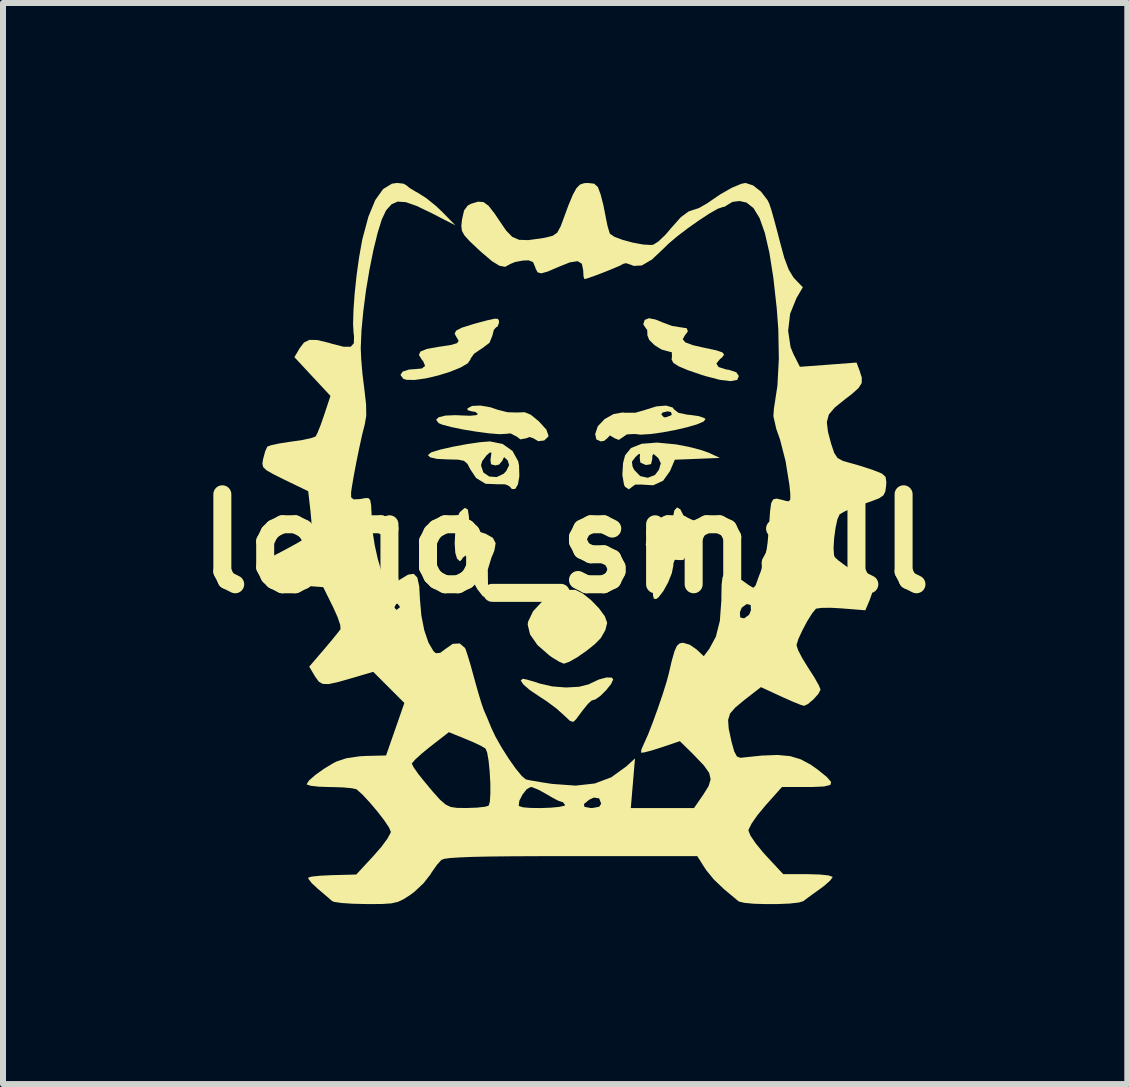
<source format=kicad_pcb>
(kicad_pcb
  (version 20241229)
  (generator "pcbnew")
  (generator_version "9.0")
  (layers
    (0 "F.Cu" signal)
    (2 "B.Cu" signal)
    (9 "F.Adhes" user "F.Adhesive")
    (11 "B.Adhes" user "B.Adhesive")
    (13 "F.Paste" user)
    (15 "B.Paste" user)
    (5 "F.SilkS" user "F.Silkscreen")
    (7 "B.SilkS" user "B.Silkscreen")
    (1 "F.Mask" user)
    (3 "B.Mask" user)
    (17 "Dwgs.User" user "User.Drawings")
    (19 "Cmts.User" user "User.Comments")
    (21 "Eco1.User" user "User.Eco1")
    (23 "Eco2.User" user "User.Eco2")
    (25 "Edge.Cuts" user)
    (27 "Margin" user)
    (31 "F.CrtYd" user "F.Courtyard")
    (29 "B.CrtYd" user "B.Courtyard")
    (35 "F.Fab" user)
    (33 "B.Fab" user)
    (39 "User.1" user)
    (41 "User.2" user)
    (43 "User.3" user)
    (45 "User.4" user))
  (footprint "logo_small"
    (layer "F.Cu")
    (at 6.371 6.012)
    (property "Reference" "logo_small" (at 0 0 0) (layer "F.SilkS") (effects (font (size 1.5 1.5) (thickness 0.3))))
    (attr board_only exclude_from_pos_files exclude_from_bom)
    (fp_poly (pts (xy 0.293 0.831) (xy 0.433 0.943) (xy 0.564 1.078) (xy 0.662 1.212) (xy 0.701 1.319) (xy 0.701 1.321) (xy 0.671 1.442) (xy 0.597 1.572) (xy 0.592 1.578) (xy 0.495 1.677) (xy 0.356 1.788) (xy 0.206 1.893) (xy 0.071 1.97) (xy -0.019 2.002) (xy -0.022 2.002) (xy -0.092 1.973) (xy -0.207 1.904) (xy -0.264 1.864) (xy -0.461 1.692) (xy -0.584 1.516) (xy -0.624 1.351) (xy -0.618 1.304) (xy -0.535 1.129) (xy -0.387 0.97) (xy -0.202 0.845) (xy -0.007 0.772) (xy 0.171 0.771)) (stroke (width 0) (type solid)) (fill yes) (layer "F.SilkS"))
    (fp_poly (pts (xy 1.921 -0.571) (xy 1.975 -0.465) (xy 2.019 -0.294) (xy 2.032 -0.214) (xy 2.049 0.03) (xy 2.028 0.194) (xy 1.969 0.274) (xy 1.902 0.275) (xy 1.828 0.27) (xy 1.804 0.337) (xy 1.804 0.368) (xy 1.779 0.493) (xy 1.718 0.646) (xy 1.637 0.793) (xy 1.556 0.897) (xy 1.518 0.924) (xy 1.48 0.92) (xy 1.464 0.859) (xy 1.467 0.723) (xy 1.472 0.653) (xy 1.476 0.438) (xy 1.444 0.273) (xy 1.399 0.167) (xy 1.343 0.015) (xy 1.367 -0.089) (xy 1.476 -0.159) (xy 1.61 -0.195) (xy 1.723 -0.23) (xy 1.775 -0.295) (xy 1.794 -0.415) (xy 1.821 -0.553) (xy 1.867 -0.603)) (stroke (width 0) (type solid)) (fill yes) (layer "F.SilkS"))
    (fp_poly (pts (xy 0.777 2.234) (xy 0.802 2.263) (xy 0.767 2.34) (xy 0.685 2.443) (xy 0.586 2.541) (xy 0.501 2.6) (xy 0.478 2.605) (xy 0.438 2.619) (xy 0.381 2.672) (xy 0.294 2.779) (xy 0.18 2.932) (xy 0.135 2.973) (xy 0.08 2.955) (xy -0.011 2.87) (xy -0.022 2.859) (xy -0.148 2.747) (xy -0.317 2.622) (xy -0.433 2.547) (xy -0.591 2.44) (xy -0.697 2.348) (xy -0.74 2.282) (xy -0.708 2.255) (xy -0.702 2.254) (xy -0.63 2.269) (xy -0.5 2.308) (xy -0.423 2.333) (xy -0.215 2.381) (xy 0.016 2.399) (xy 0.232 2.387) (xy 0.398 2.345) (xy 0.426 2.33) (xy 0.562 2.266) (xy 0.689 2.232)) (stroke (width 0) (type solid)) (fill yes) (layer "F.SilkS"))
    (fp_poly (pts (xy -1.622 -0.568) (xy -1.603 -0.446) (xy -1.603 -0.424) (xy -1.587 -0.3) (xy -1.547 -0.233) (xy -1.541 -0.231) (xy -1.328 -0.165) (xy -1.204 -0.095) (xy -1.158 -0.006) (xy -1.18 0.119) (xy -1.229 0.236) (xy -1.289 0.434) (xy -1.286 0.659) (xy -1.28 0.825) (xy -1.31 0.898) (xy -1.372 0.878) (xy -1.461 0.763) (xy -1.494 0.707) (xy -1.563 0.548) (xy -1.601 0.392) (xy -1.603 0.356) (xy -1.62 0.243) (xy -1.661 0.2) (xy -1.71 0.24) (xy -1.72 0.263) (xy -1.755 0.295) (xy -1.802 0.25) (xy -1.831 0.155) (xy -1.841 -0.003) (xy -1.832 -0.187) (xy -1.809 -0.362) (xy -1.773 -0.492) (xy -1.753 -0.527) (xy -1.672 -0.595)) (stroke (width 0) (type solid)) (fill yes) (layer "F.SilkS"))
    (fp_poly (pts (xy -1.244 -2.272) (xy -1.127 -2.232) (xy -0.962 -2.19) (xy -0.798 -2.185) (xy -0.79 -2.186) (xy -0.674 -2.19) (xy -0.572 -2.148) (xy -0.445 -2.044) (xy -0.438 -2.038) (xy -0.312 -1.899) (xy -0.277 -1.799) (xy -0.28 -1.784) (xy -0.348 -1.719) (xy -0.448 -1.707) (xy -0.526 -1.753) (xy -0.526 -1.754) (xy -0.593 -1.777) (xy -0.649 -1.755) (xy -0.746 -1.737) (xy -0.805 -1.783) (xy -0.911 -1.837) (xy -0.994 -1.829) (xy -1.099 -1.824) (xy -1.271 -1.838) (xy -1.481 -1.866) (xy -1.701 -1.902) (xy -1.9 -1.943) (xy -2.049 -1.983) (xy -2.108 -2.008) (xy -2.151 -2.063) (xy -2.108 -2.106) (xy -1.994 -2.134) (xy -1.825 -2.141) (xy -1.741 -2.137) (xy -1.587 -2.131) (xy -1.482 -2.141) (xy -1.453 -2.159) (xy -1.495 -2.195) (xy -1.556 -2.204) (xy -1.625 -2.224) (xy -1.628 -2.254) (xy -1.55 -2.295) (xy -1.412 -2.301)) (stroke (width 0) (type solid)) (fill yes) (layer "F.SilkS"))
    (fp_poly (pts (xy 1.508 -3.735) (xy 1.635 -3.683) (xy 1.784 -3.628) (xy 1.916 -3.607) (xy 2.028 -3.59) (xy 2.046 -3.537) (xy 1.994 -3.467) (xy 1.961 -3.406) (xy 2.003 -3.355) (xy 2.128 -3.308) (xy 2.325 -3.263) (xy 2.519 -3.222) (xy 2.623 -3.187) (xy 2.651 -3.149) (xy 2.613 -3.1) (xy 2.583 -3.077) (xy 2.522 -3.002) (xy 2.558 -2.943) (xy 2.684 -2.903) (xy 2.73 -2.897) (xy 2.854 -2.856) (xy 2.896 -2.793) (xy 2.869 -2.729) (xy 2.76 -2.708) (xy 2.578 -2.73) (xy 2.333 -2.794) (xy 2.279 -2.811) (xy 2.043 -2.892) (xy 1.889 -2.957) (xy 1.804 -3.013) (xy 1.775 -3.068) (xy 1.781 -3.115) (xy 1.779 -3.189) (xy 1.713 -3.206) (xy 1.606 -3.236) (xy 1.492 -3.307) (xy 1.403 -3.394) (xy 1.37 -3.474) (xy 1.372 -3.486) (xy 1.368 -3.564) (xy 1.35 -3.583) (xy 1.303 -3.655) (xy 1.327 -3.729) (xy 1.397 -3.757)) (stroke (width 0) (type solid)) (fill yes) (layer "F.SilkS"))
    (fp_poly (pts (xy -1.122 -3.747) (xy -1.104 -3.72) (xy -1.102 -3.682) (xy -1.127 -3.616) (xy -1.149 -3.607) (xy -1.188 -3.564) (xy -1.212 -3.469) (xy -1.26 -3.348) (xy -1.386 -3.253) (xy -1.402 -3.244) (xy -1.519 -3.164) (xy -1.576 -3.082) (xy -1.578 -3.069) (xy -1.624 -3.004) (xy -1.745 -2.934) (xy -1.918 -2.864) (xy -2.118 -2.802) (xy -2.322 -2.754) (xy -2.506 -2.728) (xy -2.645 -2.73) (xy -2.699 -2.748) (xy -2.745 -2.812) (xy -2.707 -2.868) (xy -2.6 -2.902) (xy -2.535 -2.906) (xy -2.388 -2.919) (xy -2.334 -2.962) (xy -2.367 -3.041) (xy -2.39 -3.068) (xy -2.437 -3.144) (xy -2.413 -3.201) (xy -2.308 -3.244) (xy -2.112 -3.28) (xy -2.081 -3.284) (xy -1.899 -3.312) (xy -1.802 -3.341) (xy -1.775 -3.379) (xy -1.805 -3.433) (xy -1.809 -3.438) (xy -1.842 -3.499) (xy -1.817 -3.55) (xy -1.722 -3.599) (xy -1.545 -3.655) (xy -1.475 -3.675) (xy -1.287 -3.725) (xy -1.176 -3.749)) (stroke (width 0) (type solid)) (fill yes) (layer "F.SilkS"))
    (fp_poly (pts (xy 1.792 -2.269) (xy 1.821 -2.232) (xy 1.891 -2.179) (xy 2.043 -2.148) (xy 2.085 -2.145) (xy 2.228 -2.125) (xy 2.322 -2.092) (xy 2.34 -2.074) (xy 2.306 -2.033) (xy 2.194 -1.986) (xy 2.028 -1.938) (xy 1.829 -1.892) (xy 1.619 -1.853) (xy 1.422 -1.826) (xy 1.26 -1.816) (xy 1.157 -1.827) (xy 1.029 -1.82) (xy 0.971 -1.78) (xy 0.895 -1.728) (xy 0.823 -1.757) (xy 0.813 -1.764) (xy 0.746 -1.803) (xy 0.714 -1.766) (xy 0.653 -1.714) (xy 0.597 -1.703) (xy 0.521 -1.736) (xy 0.501 -1.826) (xy 0.545 -1.956) (xy 0.658 -2.075) (xy 0.798 -2.154) (xy 1.603 -2.154) (xy 1.644 -2.109) (xy 1.675 -2.104) (xy 1.761 -2.135) (xy 1.779 -2.154) (xy 1.763 -2.194) (xy 1.706 -2.204) (xy 1.623 -2.184) (xy 1.603 -2.154) (xy 0.798 -2.154) (xy 0.806 -2.159) (xy 0.959 -2.186) (xy 0.995 -2.181) (xy 1.17 -2.181) (xy 1.329 -2.227) (xy 1.52 -2.287) (xy 1.682 -2.301)) (stroke (width 0) (type solid)) (fill yes) (layer "F.SilkS"))
    (fp_poly (pts (xy 1.853 -1.653) (xy 2.065 -1.612) (xy 2.262 -1.561) (xy 2.402 -1.512) (xy 2.405 -1.51) (xy 2.58 -1.428) (xy 2.204 -1.413) (xy 1.829 -1.398) (xy 1.748 -1.208) (xy 1.634 -1.048) (xy 1.469 -0.972) (xy 1.266 -0.984) (xy 1.169 -0.983) (xy 1.13 -0.956) (xy 1.062 -0.904) (xy 0.999 -0.947) (xy 0.982 -0.981) (xy 0.954 -1.145) (xy 0.966 -1.342) (xy 0.972 -1.366) (xy 1.114 -1.366) (xy 1.123 -1.287) (xy 1.151 -1.229) (xy 1.252 -1.125) (xy 1.378 -1.097) (xy 1.498 -1.144) (xy 1.563 -1.229) (xy 1.595 -1.337) (xy 1.558 -1.418) (xy 1.537 -1.44) (xy 1.474 -1.494) (xy 1.454 -1.465) (xy 1.453 -1.41) (xy 1.432 -1.324) (xy 1.351 -1.31) (xy 1.34 -1.312) (xy 1.254 -1.351) (xy 1.244 -1.428) (xy 1.25 -1.496) (xy 1.219 -1.486) (xy 1.172 -1.442) (xy 1.114 -1.366) (xy 0.972 -1.366) (xy 1 -1.472) (xy 1.098 -1.593) (xy 1.278 -1.664) (xy 1.534 -1.684)) (stroke (width 0) (type solid)) (fill yes) (layer "F.SilkS"))
    (fp_poly (pts (xy -1.042 -1.661) (xy -0.878 -1.545) (xy -0.782 -1.372) (xy -0.768 -1.299) (xy -0.763 -1.123) (xy -0.786 -0.989) (xy -0.83 -0.912) (xy -0.887 -0.909) (xy -0.93 -0.957) (xy -0.998 -0.988) (xy -1.116 -0.989) (xy -1.121 -0.989) (xy -1.327 -0.997) (xy -1.484 -1.093) (xy -1.578 -1.234) (xy -1.616 -1.305) (xy -1.403 -1.305) (xy -1.363 -1.186) (xy -1.265 -1.118) (xy -1.141 -1.109) (xy -1.023 -1.165) (xy -0.981 -1.211) (xy -0.933 -1.308) (xy -0.957 -1.384) (xy -0.966 -1.395) (xy -1.017 -1.441) (xy -1.04 -1.401) (xy -1.043 -1.386) (xy -1.099 -1.318) (xy -1.162 -1.303) (xy -1.235 -1.322) (xy -1.245 -1.397) (xy -1.24 -1.43) (xy -1.228 -1.517) (xy -1.256 -1.518) (xy -1.309 -1.472) (xy -1.382 -1.375) (xy -1.403 -1.305) (xy -1.616 -1.305) (xy -1.628 -1.329) (xy -1.686 -1.379) (xy -1.78 -1.399) (xy -1.943 -1.403) (xy -1.953 -1.403) (xy -2.136 -1.412) (xy -2.25 -1.438) (xy -2.287 -1.475) (xy -2.237 -1.518) (xy -2.217 -1.526) (xy -2.07 -1.57) (xy -1.863 -1.616) (xy -1.633 -1.659) (xy -1.419 -1.69) (xy -1.26 -1.703) (xy -1.252 -1.703)) (stroke (width 0) (type solid)) (fill yes) (layer "F.SilkS"))
    (fp_poly (pts (xy 3.134 -5.971) (xy 3.267 -5.866) (xy 3.375 -5.725) (xy 3.403 -5.668) (xy 3.438 -5.563) (xy 3.487 -5.389) (xy 3.544 -5.175) (xy 3.578 -5.042) (xy 3.653 -4.766) (xy 3.726 -4.571) (xy 3.804 -4.441) (xy 3.831 -4.41) (xy 3.963 -4.273) (xy 3.857 -4.093) (xy 3.751 -3.831) (xy 3.718 -3.548) (xy 3.758 -3.277) (xy 3.805 -3.162) (xy 3.914 -2.947) (xy 4.386 -2.982) (xy 4.858 -3.018) (xy 4.909 -2.883) (xy 4.946 -2.766) (xy 4.944 -2.676) (xy 4.891 -2.592) (xy 4.775 -2.489) (xy 4.661 -2.402) (xy 4.494 -2.267) (xy 4.397 -2.152) (xy 4.363 -2.027) (xy 4.382 -1.863) (xy 4.435 -1.664) (xy 4.486 -1.511) (xy 4.542 -1.427) (xy 4.629 -1.379) (xy 4.723 -1.352) (xy 4.914 -1.298) (xy 5.115 -1.233) (xy 5.15 -1.22) (xy 5.282 -1.167) (xy 5.342 -1.112) (xy 5.355 -1.026) (xy 5.351 -0.961) (xy 5.338 -0.867) (xy 5.306 -0.804) (xy 5.233 -0.754) (xy 5.097 -0.702) (xy 4.985 -0.664) (xy 4.805 -0.599) (xy 4.66 -0.536) (xy 4.579 -0.489) (xy 4.576 -0.487) (xy 4.539 -0.404) (xy 4.508 -0.26) (xy 4.485 -0.089) (xy 4.475 0.073) (xy 4.483 0.192) (xy 4.495 0.226) (xy 4.557 0.282) (xy 4.671 0.367) (xy 4.74 0.416) (xy 4.886 0.523) (xy 5.011 0.63) (xy 5.047 0.666) (xy 5.11 0.75) (xy 5.117 0.829) (xy 5.076 0.944) (xy 5.005 1.112) (xy 4.619 1.081) (xy 4.429 1.07) (xy 4.275 1.072) (xy 4.187 1.084) (xy 4.18 1.088) (xy 4.118 1.163) (xy 4.036 1.294) (xy 3.954 1.449) (xy 3.888 1.592) (xy 3.858 1.69) (xy 3.858 1.697) (xy 3.884 1.777) (xy 3.954 1.911) (xy 4.052 2.07) (xy 4.058 2.079) (xy 4.157 2.234) (xy 4.228 2.36) (xy 4.258 2.431) (xy 4.258 2.434) (xy 4.223 2.504) (xy 4.141 2.596) (xy 4.048 2.675) (xy 3.984 2.705) (xy 3.92 2.686) (xy 3.792 2.634) (xy 3.626 2.56) (xy 3.602 2.549) (xy 3.264 2.393) (xy 2.984 2.611) (xy 2.837 2.733) (xy 2.75 2.833) (xy 2.717 2.941) (xy 2.727 3.086) (xy 2.773 3.297) (xy 2.775 3.307) (xy 2.82 3.467) (xy 2.864 3.549) (xy 2.92 3.571) (xy 2.936 3.57) (xy 3.276 3.534) (xy 3.541 3.524) (xy 3.75 3.543) (xy 3.927 3.596) (xy 4.092 3.684) (xy 4.215 3.771) (xy 4.365 3.893) (xy 4.435 3.975) (xy 4.421 4.024) (xy 4.317 4.049) (xy 4.119 4.058) (xy 4.041 4.058) (xy 3.615 4.058) (xy 3.336 4.371) (xy 3.206 4.528) (xy 3.109 4.668) (xy 3.059 4.767) (xy 3.056 4.785) (xy 3.089 4.867) (xy 3.176 4.996) (xy 3.3 5.148) (xy 3.346 5.199) (xy 3.636 5.511) (xy 4.047 5.511) (xy 4.248 5.517) (xy 4.391 5.532) (xy 4.457 5.555) (xy 4.459 5.561) (xy 4.421 5.615) (xy 4.324 5.702) (xy 4.246 5.76) (xy 4.112 5.856) (xy 4.006 5.934) (xy 3.972 5.961) (xy 3.895 5.984) (xy 3.745 6.001) (xy 3.551 6.009) (xy 3.342 6.01) (xy 3.144 6.004) (xy 2.986 5.989) (xy 2.896 5.967) (xy 2.891 5.963) (xy 2.652 5.764) (xy 2.48 5.6) (xy 2.359 5.453) (xy 2.323 5.4) (xy 2.203 5.21) (xy 0.109 5.21) (xy -0.437 5.211) (xy -0.889 5.213) (xy -1.256 5.217) (xy -1.545 5.223) (xy -1.762 5.232) (xy -1.916 5.242) (xy -2.013 5.255) (xy -2.06 5.272) (xy -2.062 5.273) (xy -2.136 5.355) (xy -2.225 5.481) (xy -2.25 5.522) (xy -2.36 5.662) (xy -2.512 5.805) (xy -2.586 5.86) (xy -2.694 5.929) (xy -2.788 5.973) (xy -2.897 5.998) (xy -3.046 6.008) (xy -3.263 6.01) (xy -3.322 6.009) (xy -3.541 6.004) (xy -3.724 5.992) (xy -3.846 5.974) (xy -3.883 5.961) (xy -3.949 5.903) (xy -4.06 5.808) (xy -4.122 5.756) (xy -4.225 5.66) (xy -4.28 5.588) (xy -4.281 5.567) (xy -4.22 5.551) (xy -4.085 5.537) (xy -3.904 5.528) (xy -3.866 5.527) (xy -3.482 5.517) (xy -3.194 5.206) (xy -3.061 5.053) (xy -2.961 4.917) (xy -2.909 4.821) (xy -2.906 4.803) (xy -2.937 4.731) (xy -3.019 4.609) (xy -3.133 4.462) (xy -3.259 4.313) (xy -3.379 4.184) (xy -3.473 4.1) (xy -3.478 4.096) (xy -3.551 4.079) (xy -3.696 4.065) (xy -3.883 4.059) (xy -3.92 4.059) (xy -4.103 4.053) (xy -4.24 4.038) (xy -4.306 4.016) (xy -4.308 4.01) (xy -4.268 3.948) (xy -4.164 3.857) (xy -4.018 3.753) (xy -3.879 3.669) (xy -2.555 3.669) (xy -2.525 3.73) (xy -2.448 3.84) (xy -2.367 3.942) (xy -2.204 4.138) (xy -2.086 4.269) (xy -1.994 4.349) (xy -1.907 4.391) (xy -1.805 4.406) (xy -1.67 4.408) (xy -1.643 4.408) (xy -1.47 4.402) (xy -1.335 4.387) (xy -1.276 4.37) (xy -1.274 4.365) (xy -0.773 4.365) (xy -0.766 4.377) (xy -0.701 4.397) (xy -0.572 4.407) (xy -0.409 4.409) (xy -0.242 4.403) (xy -0.101 4.39) (xy -0.014 4.371) (xy 0 4.359) (xy -0.013 4.342) (xy 0.314 4.342) (xy 0.322 4.389) (xy 0.426 4.408) (xy 0.451 4.409) (xy 0.569 4.387) (xy 0.601 4.336) (xy 0.568 4.248) (xy 0.48 4.234) (xy 0.403 4.269) (xy 0.314 4.342) (xy -0.013 4.342) (xy -0.038 4.31) (xy -0.051 4.308) (xy -0.121 4.284) (xy -0.239 4.22) (xy -0.301 4.183) (xy -0.435 4.108) (xy -0.544 4.063) (xy -0.574 4.058) (xy -0.641 4.096) (xy -0.711 4.185) (xy -0.763 4.287) (xy -0.773 4.365) (xy -1.274 4.365) (xy -1.255 4.305) (xy -1.246 4.17) (xy -1.247 3.991) (xy -1.258 3.798) (xy -1.276 3.619) (xy -1.3 3.482) (xy -1.328 3.416) (xy -1.399 3.374) (xy -1.531 3.311) (xy -1.658 3.258) (xy -1.938 3.144) (xy -2.247 3.384) (xy -2.393 3.503) (xy -2.501 3.602) (xy -2.553 3.663) (xy -2.555 3.669) (xy -3.879 3.669) (xy -3.856 3.656) (xy -3.814 3.634) (xy -3.648 3.579) (xy -3.425 3.546) (xy -3.315 3.54) (xy -2.985 3.532) (xy -2.832 3.094) (xy -2.68 2.657) (xy -2.94 2.397) (xy -3.199 2.138) (xy -3.566 2.246) (xy -3.791 2.31) (xy -3.941 2.342) (xy -4.039 2.34) (xy -4.105 2.303) (xy -4.16 2.229) (xy -4.176 2.203) (xy -4.266 2.051) (xy -4.02 1.765) (xy -3.897 1.619) (xy -3.8 1.499) (xy -3.746 1.429) (xy -3.744 1.424) (xy -3.749 1.356) (xy -3.793 1.226) (xy -3.866 1.063) (xy -3.871 1.052) (xy -2.856 1.052) (xy -2.817 1.101) (xy -2.806 1.102) (xy -2.757 1.064) (xy -2.755 1.052) (xy -2.794 1.003) (xy -2.806 1.002) (xy -2.854 1.04) (xy -2.856 1.052) (xy -3.871 1.052) (xy -3.873 1.049) (xy -4.033 0.726) (xy -4.448 0.696) (xy -4.641 0.679) (xy -4.791 0.663) (xy -4.873 0.649) (xy -4.882 0.645) (xy -4.902 0.588) (xy -4.929 0.472) (xy -4.935 0.444) (xy -4.969 0.261) (xy -4.609 0.071) (xy -4.439 -0.023) (xy -4.306 -0.106) (xy -4.235 -0.163) (xy -4.229 -0.172) (xy -4.224 -0.246) (xy -4.231 -0.388) (xy -4.246 -0.549) (xy -4.283 -0.873) (xy -4.676 -1.063) (xy -4.863 -1.156) (xy -4.977 -1.221) (xy -5.033 -1.274) (xy -5.047 -1.332) (xy -5.035 -1.409) (xy -5.033 -1.416) (xy -5 -1.539) (xy -4.966 -1.614) (xy -4.964 -1.616) (xy -4.901 -1.64) (xy -4.765 -1.669) (xy -4.586 -1.697) (xy -4.563 -1.7) (xy -4.379 -1.727) (xy -4.236 -1.758) (xy -4.162 -1.784) (xy -4.159 -1.787) (xy -4.125 -1.853) (xy -4.072 -1.986) (xy -4.017 -2.145) (xy -3.912 -2.462) (xy -4.213 -2.785) (xy -4.513 -3.108) (xy -4.425 -3.257) (xy -4.353 -3.352) (xy -4.264 -3.396) (xy -4.135 -3.394) (xy -3.943 -3.348) (xy -3.884 -3.33) (xy -3.691 -3.281) (xy -3.574 -3.282) (xy -3.522 -3.34) (xy -3.519 -3.46) (xy -3.526 -3.503) (xy -3.535 -3.663) (xy -3.528 -3.896) (xy -3.508 -4.175) (xy -3.476 -4.475) (xy -3.435 -4.77) (xy -3.388 -5.034) (xy -3.379 -5.079) (xy -3.279 -5.451) (xy -3.165 -5.727) (xy -3.035 -5.909) (xy -2.887 -6) (xy -2.801 -6.012) (xy -2.695 -6) (xy -2.647 -5.974) (xy -2.595 -5.93) (xy -2.487 -5.865) (xy -2.448 -5.844) (xy -2.311 -5.756) (xy -2.15 -5.626) (xy -2.047 -5.528) (xy -1.829 -5.305) (xy -2.224 -5.508) (xy -2.473 -5.628) (xy -2.657 -5.692) (xy -2.792 -5.701) (xy -2.894 -5.656) (xy -2.982 -5.558) (xy -2.988 -5.548) (xy -3.056 -5.404) (xy -3.126 -5.179) (xy -3.196 -4.894) (xy -3.261 -4.57) (xy -3.319 -4.224) (xy -3.364 -3.878) (xy -3.395 -3.552) (xy -3.407 -3.265) (xy -3.407 -3.253) (xy -3.399 -3.07) (xy -3.379 -2.835) (xy -3.35 -2.597) (xy -3.347 -2.574) (xy -3.318 -2.321) (xy -3.315 -2.134) (xy -3.34 -1.986) (xy -3.344 -1.971) (xy -3.383 -1.819) (xy -3.43 -1.603) (xy -3.48 -1.359) (xy -3.525 -1.121) (xy -3.558 -0.925) (xy -3.568 -0.852) (xy -3.567 -0.771) (xy -3.526 -0.737) (xy -3.422 -0.742) (xy -3.332 -0.758) (xy -3.28 -0.759) (xy -3.25 -0.727) (xy -3.234 -0.642) (xy -3.226 -0.483) (xy -3.225 -0.401) (xy -3.209 -0.196) (xy -3.173 0.032) (xy -3.122 0.259) (xy -3.064 0.459) (xy -3.004 0.608) (xy -2.951 0.679) (xy -2.884 0.672) (xy -2.778 0.616) (xy -2.755 0.601) (xy -2.618 0.518) (xy -2.524 0.504) (xy -2.464 0.566) (xy -2.432 0.713) (xy -2.42 0.931) (xy -2.397 1.197) (xy -2.348 1.445) (xy -2.278 1.651) (xy -2.196 1.791) (xy -2.155 1.828) (xy -2.083 1.822) (xy -1.998 1.759) (xy -1.873 1.671) (xy -1.756 1.665) (xy -1.669 1.74) (xy -1.657 1.766) (xy -1.624 1.867) (xy -1.574 2.033) (xy -1.519 2.232) (xy -1.506 2.279) (xy -1.45 2.48) (xy -1.398 2.652) (xy -1.359 2.765) (xy -1.353 2.78) (xy -1.304 2.893) (xy -1.243 3.041) (xy -1.231 3.071) (xy -1.158 3.224) (xy -1.056 3.404) (xy -0.939 3.588) (xy -0.823 3.752) (xy -0.723 3.874) (xy -0.655 3.931) (xy -0.653 3.932) (xy -0.568 3.95) (xy -0.414 3.976) (xy -0.226 4.005) (xy -0.21 4.007) (xy 0.175 4.035) (xy 0.496 3.999) (xy 0.771 3.895) (xy 1.016 3.718) (xy 1.021 3.714) (xy 1.165 3.582) (xy 1.13 3.995) (xy 1.095 4.409) (xy 1.622 4.409) (xy 2.149 4.409) (xy 2.308 4.178) (xy 2.393 4.041) (xy 2.426 3.929) (xy 2.401 3.822) (xy 2.312 3.697) (xy 2.154 3.532) (xy 2.128 3.505) (xy 1.913 3.294) (xy 1.599 3.4) (xy 1.437 3.451) (xy 1.317 3.482) (xy 1.265 3.486) (xy 1.272 3.433) (xy 1.316 3.33) (xy 1.326 3.31) (xy 1.385 3.177) (xy 1.462 2.979) (xy 1.546 2.747) (xy 1.626 2.513) (xy 1.69 2.309) (xy 1.725 2.179) (xy 1.78 1.945) (xy 1.824 1.792) (xy 1.865 1.703) (xy 1.91 1.663) (xy 1.965 1.653) (xy 2.077 1.686) (xy 2.192 1.765) (xy 2.311 1.877) (xy 2.403 1.756) (xy 2.513 1.552) (xy 2.58 1.287) (xy 2.59 1.145) (xy 2.914 1.145) (xy 2.919 1.231) (xy 2.979 1.246) (xy 2.989 1.244) (xy 3.068 1.186) (xy 3.098 1.11) (xy 3.093 1.024) (xy 3.033 1.009) (xy 3.023 1.011) (xy 2.944 1.069) (xy 2.914 1.145) (xy 2.59 1.145) (xy 2.605 0.944) (xy 2.605 0.883) (xy 2.609 0.684) (xy 2.623 0.566) (xy 2.65 0.511) (xy 2.681 0.501) (xy 2.803 0.533) (xy 2.96 0.619) (xy 3.067 0.696) (xy 3.138 0.737) (xy 3.175 0.699) (xy 3.185 0.671) (xy 3.231 0.542) (xy 3.257 0.476) (xy 3.311 0.326) (xy 3.35 0.167) (xy 3.377 -0.028) (xy 3.399 -0.291) (xy 3.402 -0.326) (xy 3.417 -0.541) (xy 3.435 -0.672) (xy 3.467 -0.736) (xy 3.525 -0.75) (xy 3.621 -0.728) (xy 3.678 -0.712) (xy 3.73 -0.705) (xy 3.754 -0.737) (xy 3.754 -0.829) (xy 3.74 -0.971) (xy 3.675 -1.375) (xy 3.582 -1.737) (xy 3.52 -1.911) (xy 3.472 -2.124) (xy 3.481 -2.251) (xy 3.539 -2.631) (xy 3.563 -3.08) (xy 3.554 -3.572) (xy 3.528 -3.92) (xy 3.471 -4.433) (xy 3.405 -4.851) (xy 3.329 -5.18) (xy 3.242 -5.426) (xy 3.141 -5.592) (xy 3.024 -5.685) (xy 2.906 -5.711) (xy 2.791 -5.696) (xy 2.73 -5.661) (xy 2.658 -5.615) (xy 2.629 -5.611) (xy 2.546 -5.582) (xy 2.407 -5.503) (xy 2.234 -5.39) (xy 2.047 -5.258) (xy 1.869 -5.122) (xy 1.72 -4.996) (xy 1.641 -4.918) (xy 1.447 -4.735) (xy 1.279 -4.637) (xy 1.142 -4.629) (xy 1.106 -4.645) (xy 1.015 -4.675) (xy 0.971 -4.664) (xy 0.909 -4.631) (xy 0.785 -4.578) (xy 0.632 -4.517) (xy 0.482 -4.46) (xy 0.366 -4.42) (xy 0.321 -4.409) (xy 0.307 -4.452) (xy 0.301 -4.557) (xy 0.301 -4.559) (xy 0.279 -4.665) (xy 0.209 -4.708) (xy 0.079 -4.688) (xy -0.113 -4.611) (xy -0.29 -4.535) (xy -0.398 -4.505) (xy -0.459 -4.522) (xy -0.492 -4.585) (xy -0.499 -4.609) (xy -0.535 -4.693) (xy -0.608 -4.722) (xy -0.704 -4.718) (xy -0.834 -4.694) (xy -0.92 -4.658) (xy -0.924 -4.655) (xy -0.999 -4.614) (xy -1.094 -4.631) (xy -1.222 -4.71) (xy -1.398 -4.86) (xy -1.439 -4.897) (xy -1.589 -5.039) (xy -1.679 -5.138) (xy -1.721 -5.216) (xy -1.73 -5.298) (xy -1.719 -5.402) (xy -1.684 -5.554) (xy -1.623 -5.636) (xy -1.568 -5.665) (xy -1.451 -5.7) (xy -1.36 -5.693) (xy -1.275 -5.63) (xy -1.174 -5.5) (xy -1.098 -5.386) (xy -0.983 -5.218) (xy -0.882 -5.114) (xy -0.768 -5.064) (xy -0.616 -5.059) (xy -0.4 -5.088) (xy -0.327 -5.101) (xy -0.207 -5.131) (xy -0.132 -5.183) (xy -0.075 -5.287) (xy -0.038 -5.386) (xy 0.056 -5.641) (xy 0.129 -5.816) (xy 0.189 -5.925) (xy 0.248 -5.985) (xy 0.316 -6.008) (xy 0.375 -6.012) (xy 0.484 -6) (xy 0.546 -5.944) (xy 0.591 -5.824) (xy 0.638 -5.642) (xy 0.676 -5.449) (xy 0.679 -5.43) (xy 0.709 -5.286) (xy 0.741 -5.181) (xy 0.749 -5.164) (xy 0.821 -5.115) (xy 0.959 -5.063) (xy 1.13 -5.017) (xy 1.299 -4.986) (xy 1.433 -4.978) (xy 1.473 -4.984) (xy 1.557 -5.038) (xy 1.673 -5.149) (xy 1.781 -5.275) (xy 1.929 -5.441) (xy 2.057 -5.536) (xy 2.107 -5.553) (xy 2.231 -5.594) (xy 2.368 -5.672) (xy 2.38 -5.681) (xy 2.588 -5.823) (xy 2.782 -5.933) (xy 2.938 -5.998) (xy 3.008 -6.012)) (stroke (width 0) (type solid)) (fill yes) (layer "F.SilkS")))
  (gr_rect
    (start -3 -3)
    (end 15.743 15.022)
    (stroke (width 0.1) (type default))
    (fill no)
    (layer "Edge.Cuts")))
</source>
